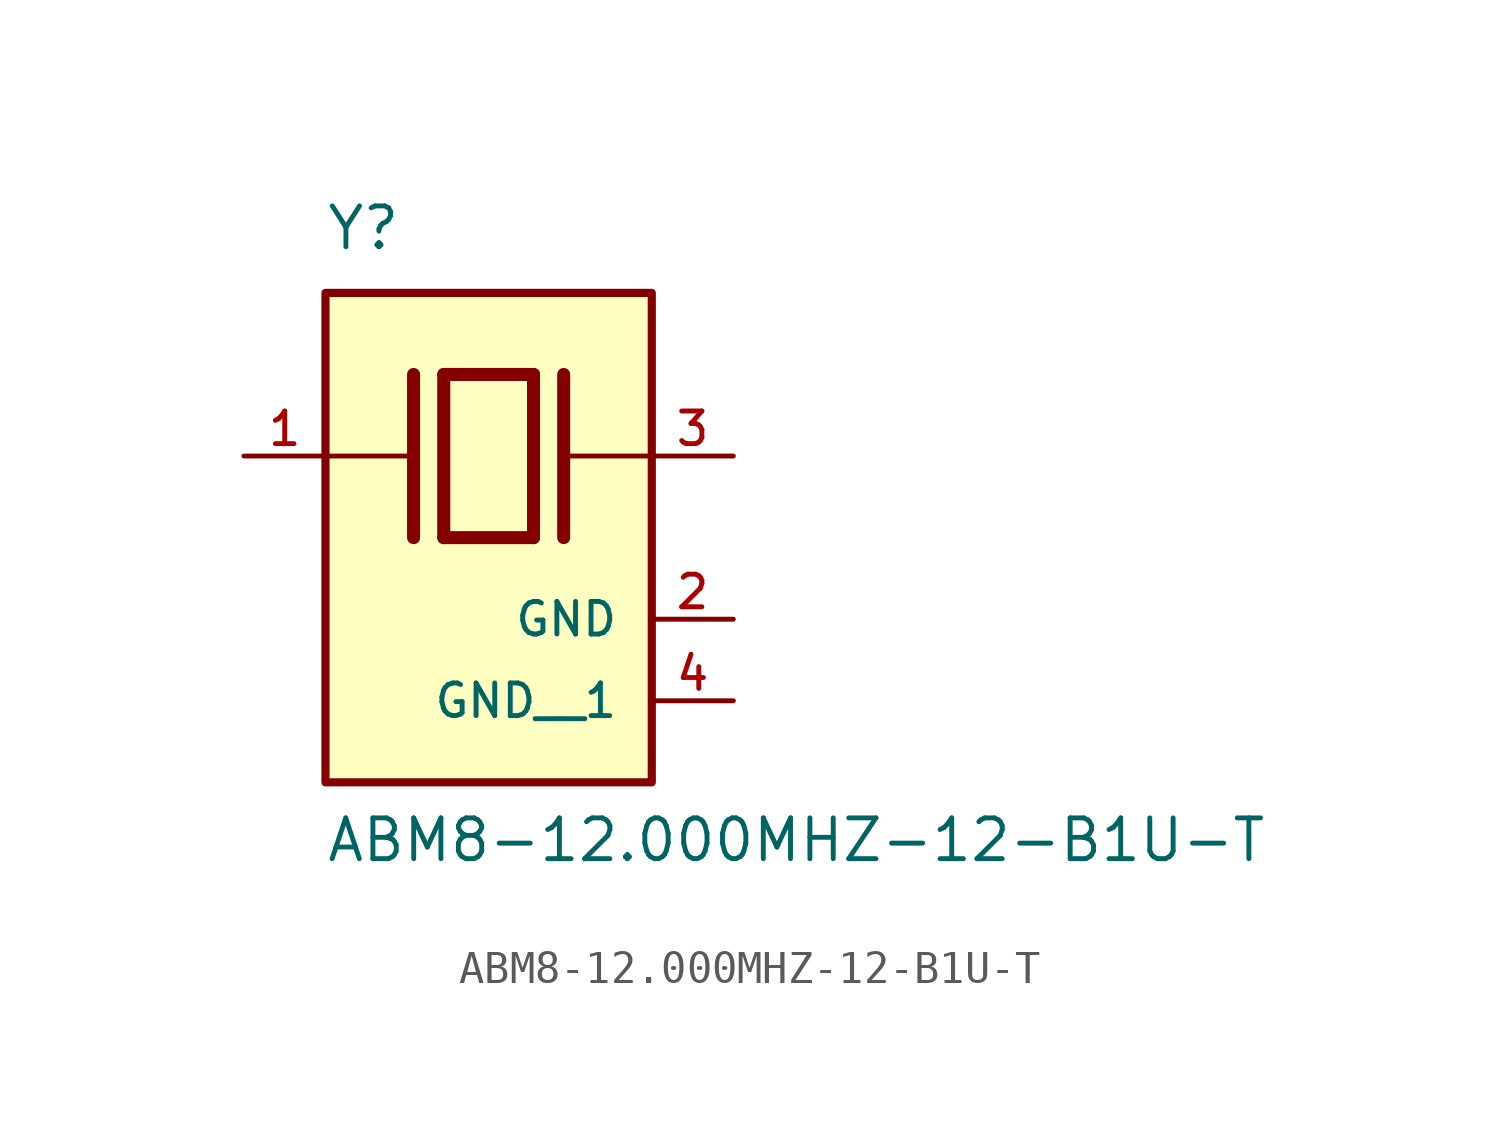
<source format=kicad_sym>
(kicad_symbol_lib
  (version 20211014)
  (generator kicad_symbol_editor)
  (symbol "ABM8-12.000MHZ-12-B1U-T"
    (pin_names
      (offset 1.016))
    (property "Reference" "Y"
      (at -5.088 6.356 0)
      (effects (font (size 1.27 1.27)) (justify bottom left)))
    (property "Value" "ABM8-12.000MHZ-12-B1U-T"
      (at -5.094 -12.7 0)
      (effects (font (size 1.27 1.27)) (justify bottom left)))
    (symbol "ABM8-12.000MHZ-12-B1U-T_0_0"
      (polyline (pts (xy -1.397 2.54) (xy 1.397 2.54)) (stroke (width 0.406)))
      (polyline (pts (xy 1.397 2.54) (xy 1.397 -2.54)) (stroke (width 0.406)))
      (polyline (pts (xy 1.397 -2.54) (xy -1.397 -2.54)) (stroke (width 0.406)))
      (polyline (pts (xy -1.397 2.54) (xy -1.397 -2.54)) (stroke (width 0.406)))
      (polyline (pts (xy 2.337 2.54) (xy 2.337 -2.54)) (stroke (width 0.406)))
      (polyline (pts (xy -2.337 2.54) (xy -2.337 -2.54)) (stroke (width 0.406)))
      (polyline (pts (xy -5.08 0.0) (xy -2.54 0.0)) (stroke (width 0.152)))
      (polyline (pts (xy 2.54 0.0) (xy 5.08 0.0)) (stroke (width 0.152)))
      (rectangle (start -5.08 -10.16) (end 5.08 5.08) (stroke (width 0.254)) (fill (type background)))
      (pin passive line (at 7.62 0.0 180.0) (length 2.54) (name "~" (effects (font (size 1.016 1.016)))) (number "3" (effects (font (size 1.016 1.016)))))
      (pin passive line (at -7.62 0.0 0) (length 2.54) (name "~" (effects (font (size 1.016 1.016)))) (number "1" (effects (font (size 1.016 1.016)))))
      (pin power_in line (at 7.62 -5.08 180.0) (length 2.54) (name "GND" (effects (font (size 1.016 1.016)))) (number "2" (effects (font (size 1.016 1.016)))))
      (pin power_in line (at 7.62 -7.62 180.0) (length 2.54) (name "GND__1" (effects (font (size 1.016 1.016)))) (number "4" (effects (font (size 1.016 1.016))))))))
</source>
